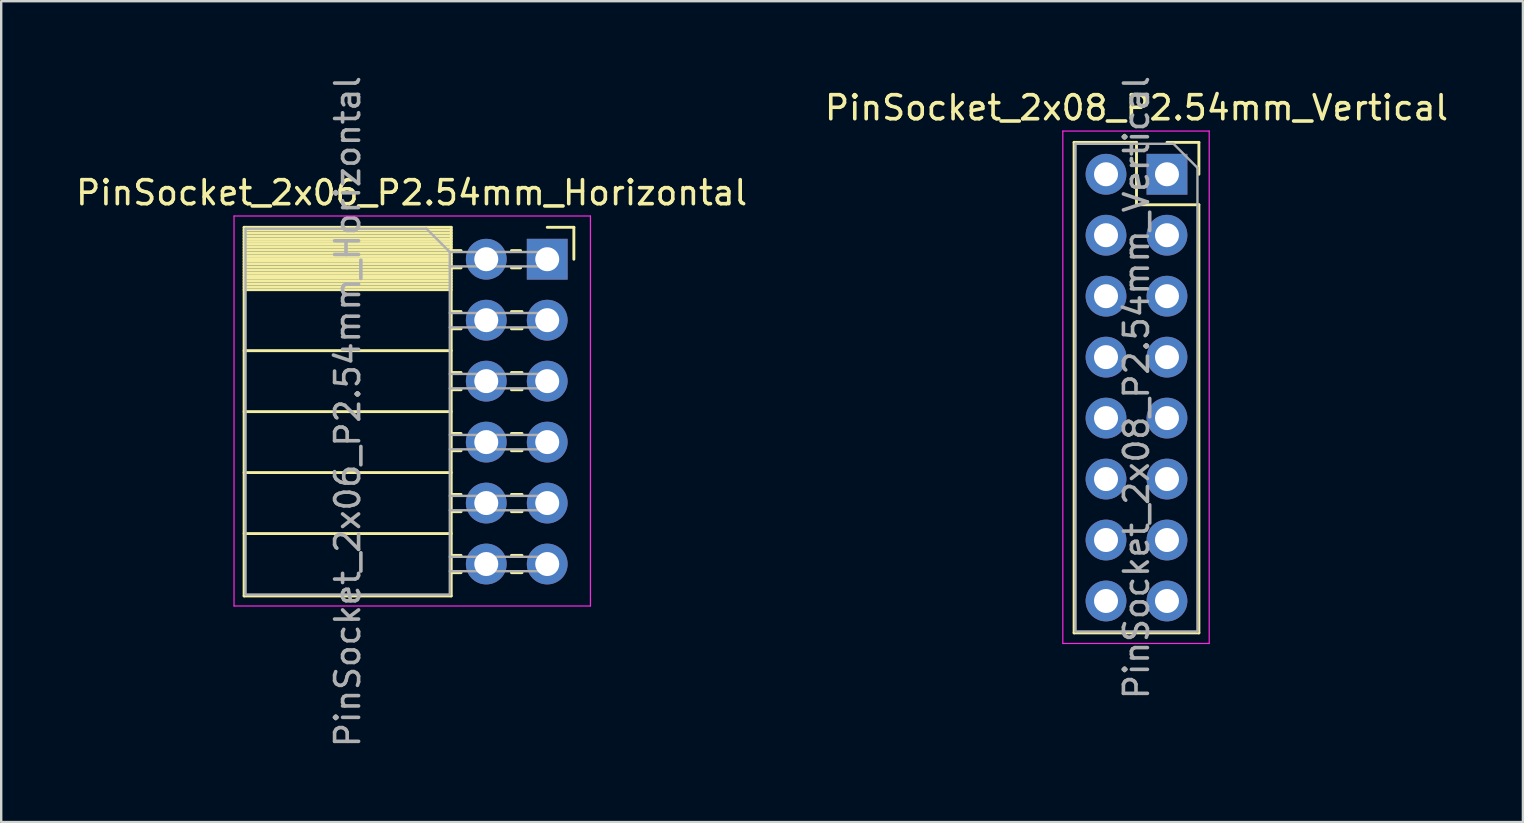
<source format=kicad_pcb>
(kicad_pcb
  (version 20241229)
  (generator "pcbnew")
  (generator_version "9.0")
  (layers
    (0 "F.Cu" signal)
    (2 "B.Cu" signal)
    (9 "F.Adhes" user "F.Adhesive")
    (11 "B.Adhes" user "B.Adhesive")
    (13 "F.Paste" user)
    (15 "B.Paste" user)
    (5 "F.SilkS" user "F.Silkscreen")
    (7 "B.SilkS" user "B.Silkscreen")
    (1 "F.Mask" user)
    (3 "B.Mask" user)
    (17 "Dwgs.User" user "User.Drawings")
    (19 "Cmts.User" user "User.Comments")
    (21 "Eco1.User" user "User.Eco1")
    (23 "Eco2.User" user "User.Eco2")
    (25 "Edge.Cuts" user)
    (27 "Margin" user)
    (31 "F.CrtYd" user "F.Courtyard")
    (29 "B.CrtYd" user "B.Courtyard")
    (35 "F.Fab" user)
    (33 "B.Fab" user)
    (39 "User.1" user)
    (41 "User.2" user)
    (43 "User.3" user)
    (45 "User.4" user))
  (footprint "PinSocket_2x08_P2.54mm_Vertical"
    (layer "F.Cu")
    (at 45.574 4.211)
    (property "Reference" "PinSocket_2x08_P2.54mm_Vertical" (at -1.27 -2.77 0) (layer "F.SilkS") (effects (font (size 1 1) (thickness 0.15))))
    (attr through_hole)
    (fp_line (start -3.87 -1.33) (end -3.87 19.11) (stroke (width 0.12) (type solid)) (layer "F.SilkS"))
    (fp_line (start -3.87 -1.33) (end -1.27 -1.33) (stroke (width 0.12) (type solid)) (layer "F.SilkS"))
    (fp_line (start -3.87 19.11) (end 1.33 19.11) (stroke (width 0.12) (type solid)) (layer "F.SilkS"))
    (fp_line (start -1.27 -1.33) (end -1.27 1.27) (stroke (width 0.12) (type solid)) (layer "F.SilkS"))
    (fp_line (start -1.27 1.27) (end 1.33 1.27) (stroke (width 0.12) (type solid)) (layer "F.SilkS"))
    (fp_line (start 0 -1.33) (end 1.33 -1.33) (stroke (width 0.12) (type solid)) (layer "F.SilkS"))
    (fp_line (start 1.33 -1.33) (end 1.33 0) (stroke (width 0.12) (type solid)) (layer "F.SilkS"))
    (fp_line (start 1.33 1.27) (end 1.33 19.11) (stroke (width 0.12) (type solid)) (layer "F.SilkS"))
    (fp_line (start -4.34 -1.8) (end 1.76 -1.8) (stroke (width 0.05) (type solid)) (layer "F.CrtYd"))
    (fp_line (start -4.34 19.55) (end -4.34 -1.8) (stroke (width 0.05) (type solid)) (layer "F.CrtYd"))
    (fp_line (start 1.76 -1.8) (end 1.76 19.55) (stroke (width 0.05) (type solid)) (layer "F.CrtYd"))
    (fp_line (start 1.76 19.55) (end -4.34 19.55) (stroke (width 0.05) (type solid)) (layer "F.CrtYd"))
    (fp_line (start -3.81 -1.27) (end 0.27 -1.27) (stroke (width 0.1) (type solid)) (layer "F.Fab"))
    (fp_line (start -3.81 19.05) (end -3.81 -1.27) (stroke (width 0.1) (type solid)) (layer "F.Fab"))
    (fp_line (start 0.27 -1.27) (end 1.27 -0.27) (stroke (width 0.1) (type solid)) (layer "F.Fab"))
    (fp_line (start 1.27 -0.27) (end 1.27 19.05) (stroke (width 0.1) (type solid)) (layer "F.Fab"))
    (fp_line (start 1.27 19.05) (end -3.81 19.05) (stroke (width 0.1) (type solid)) (layer "F.Fab"))
    (fp_text user "${REFERENCE}" (at -1.27 8.89 90) (layer "F.Fab") (effects (font (size 1 1) (thickness 0.15))))
    (pad "1" thru_hole rect (at 0 0) (size 1.7 1.7) (drill 1) (layers "*.Cu" "*.Mask"))
    (pad "2" thru_hole oval (at -2.54 0) (size 1.7 1.7) (drill 1) (layers "*.Cu" "*.Mask"))
    (pad "3" thru_hole oval (at 0 2.54) (size 1.7 1.7) (drill 1) (layers "*.Cu" "*.Mask"))
    (pad "4" thru_hole oval (at -2.54 2.54) (size 1.7 1.7) (drill 1) (layers "*.Cu" "*.Mask"))
    (pad "5" thru_hole oval (at 0 5.08) (size 1.7 1.7) (drill 1) (layers "*.Cu" "*.Mask"))
    (pad "6" thru_hole oval (at -2.54 5.08) (size 1.7 1.7) (drill 1) (layers "*.Cu" "*.Mask"))
    (pad "7" thru_hole oval (at 0 7.62) (size 1.7 1.7) (drill 1) (layers "*.Cu" "*.Mask"))
    (pad "8" thru_hole oval (at -2.54 7.62) (size 1.7 1.7) (drill 1) (layers "*.Cu" "*.Mask"))
    (pad "9" thru_hole oval (at 0 10.16) (size 1.7 1.7) (drill 1) (layers "*.Cu" "*.Mask"))
    (pad "10" thru_hole oval (at -2.54 10.16) (size 1.7 1.7) (drill 1) (layers "*.Cu" "*.Mask"))
    (pad "11" thru_hole oval (at 0 12.7) (size 1.7 1.7) (drill 1) (layers "*.Cu" "*.Mask"))
    (pad "12" thru_hole oval (at -2.54 12.7) (size 1.7 1.7) (drill 1) (layers "*.Cu" "*.Mask"))
    (pad "13" thru_hole oval (at 0 15.24) (size 1.7 1.7) (drill 1) (layers "*.Cu" "*.Mask"))
    (pad "14" thru_hole oval (at -2.54 15.24) (size 1.7 1.7) (drill 1) (layers "*.Cu" "*.Mask"))
    (pad "15" thru_hole oval (at 0 17.78) (size 1.7 1.7) (drill 1) (layers "*.Cu" "*.Mask"))
    (pad "16" thru_hole oval (at -2.54 17.78) (size 1.7 1.7) (drill 1) (layers "*.Cu" "*.Mask")))
  (footprint "PinSocket_2x06_P2.54mm_Horizontal"
    (layer "F.Cu")
    (at 19.751 7.751)
    (property "Reference" "PinSocket_2x06_P2.54mm_Horizontal" (at -5.65 -2.77 0) (layer "F.SilkS") (effects (font (size 1 1) (thickness 0.15))))
    (attr through_hole)
    (fp_line (start -12.63 -1.33) (end -12.63 14.03) (stroke (width 0.12) (type solid)) (layer "F.SilkS"))
    (fp_line (start -12.63 -1.33) (end -4 -1.33) (stroke (width 0.12) (type solid)) (layer "F.SilkS"))
    (fp_line (start -12.63 -1.21) (end -4 -1.21) (stroke (width 0.12) (type solid)) (layer "F.SilkS"))
    (fp_line (start -12.63 -1.092) (end -4 -1.092) (stroke (width 0.12) (type solid)) (layer "F.SilkS"))
    (fp_line (start -12.63 -0.974) (end -4 -0.974) (stroke (width 0.12) (type solid)) (layer "F.SilkS"))
    (fp_line (start -12.63 -0.856) (end -4 -0.856) (stroke (width 0.12) (type solid)) (layer "F.SilkS"))
    (fp_line (start -12.63 -0.738) (end -4 -0.738) (stroke (width 0.12) (type solid)) (layer "F.SilkS"))
    (fp_line (start -12.63 -0.62) (end -4 -0.62) (stroke (width 0.12) (type solid)) (layer "F.SilkS"))
    (fp_line (start -12.63 -0.501) (end -4 -0.501) (stroke (width 0.12) (type solid)) (layer "F.SilkS"))
    (fp_line (start -12.63 -0.383) (end -4 -0.383) (stroke (width 0.12) (type solid)) (layer "F.SilkS"))
    (fp_line (start -12.63 -0.265) (end -4 -0.265) (stroke (width 0.12) (type solid)) (layer "F.SilkS"))
    (fp_line (start -12.63 -0.147) (end -4 -0.147) (stroke (width 0.12) (type solid)) (layer "F.SilkS"))
    (fp_line (start -12.63 -0.029) (end -4 -0.029) (stroke (width 0.12) (type solid)) (layer "F.SilkS"))
    (fp_line (start -12.63 0.089) (end -4 0.089) (stroke (width 0.12) (type solid)) (layer "F.SilkS"))
    (fp_line (start -12.63 0.207) (end -4 0.207) (stroke (width 0.12) (type solid)) (layer "F.SilkS"))
    (fp_line (start -12.63 0.325) (end -4 0.325) (stroke (width 0.12) (type solid)) (layer "F.SilkS"))
    (fp_line (start -12.63 0.443) (end -4 0.443) (stroke (width 0.12) (type solid)) (layer "F.SilkS"))
    (fp_line (start -12.63 0.561) (end -4 0.561) (stroke (width 0.12) (type solid)) (layer "F.SilkS"))
    (fp_line (start -12.63 0.68) (end -4 0.68) (stroke (width 0.12) (type solid)) (layer "F.SilkS"))
    (fp_line (start -12.63 0.798) (end -4 0.798) (stroke (width 0.12) (type solid)) (layer "F.SilkS"))
    (fp_line (start -12.63 0.916) (end -4 0.916) (stroke (width 0.12) (type solid)) (layer "F.SilkS"))
    (fp_line (start -12.63 1.034) (end -4 1.034) (stroke (width 0.12) (type solid)) (layer "F.SilkS"))
    (fp_line (start -12.63 1.152) (end -4 1.152) (stroke (width 0.12) (type solid)) (layer "F.SilkS"))
    (fp_line (start -12.63 1.27) (end -4 1.27) (stroke (width 0.12) (type solid)) (layer "F.SilkS"))
    (fp_line (start -12.63 3.81) (end -4 3.81) (stroke (width 0.12) (type solid)) (layer "F.SilkS"))
    (fp_line (start -12.63 6.35) (end -4 6.35) (stroke (width 0.12) (type solid)) (layer "F.SilkS"))
    (fp_line (start -12.63 8.89) (end -4 8.89) (stroke (width 0.12) (type solid)) (layer "F.SilkS"))
    (fp_line (start -12.63 11.43) (end -4 11.43) (stroke (width 0.12) (type solid)) (layer "F.SilkS"))
    (fp_line (start -12.63 14.03) (end -4 14.03) (stroke (width 0.12) (type solid)) (layer "F.SilkS"))
    (fp_line (start -4 -1.33) (end -4 14.03) (stroke (width 0.12) (type solid)) (layer "F.SilkS"))
    (fp_line (start -4 -0.36) (end -3.59 -0.36) (stroke (width 0.12) (type solid)) (layer "F.SilkS"))
    (fp_line (start -4 0.36) (end -3.59 0.36) (stroke (width 0.12) (type solid)) (layer "F.SilkS"))
    (fp_line (start -4 2.18) (end -3.59 2.18) (stroke (width 0.12) (type solid)) (layer "F.SilkS"))
    (fp_line (start -4 2.9) (end -3.59 2.9) (stroke (width 0.12) (type solid)) (layer "F.SilkS"))
    (fp_line (start -4 4.72) (end -3.59 4.72) (stroke (width 0.12) (type solid)) (layer "F.SilkS"))
    (fp_line (start -4 5.44) (end -3.59 5.44) (stroke (width 0.12) (type solid)) (layer "F.SilkS"))
    (fp_line (start -4 7.26) (end -3.59 7.26) (stroke (width 0.12) (type solid)) (layer "F.SilkS"))
    (fp_line (start -4 7.98) (end -3.59 7.98) (stroke (width 0.12) (type solid)) (layer "F.SilkS"))
    (fp_line (start -4 9.8) (end -3.59 9.8) (stroke (width 0.12) (type solid)) (layer "F.SilkS"))
    (fp_line (start -4 10.52) (end -3.59 10.52) (stroke (width 0.12) (type solid)) (layer "F.SilkS"))
    (fp_line (start -4 12.34) (end -3.59 12.34) (stroke (width 0.12) (type solid)) (layer "F.SilkS"))
    (fp_line (start -4 13.06) (end -3.59 13.06) (stroke (width 0.12) (type solid)) (layer "F.SilkS"))
    (fp_line (start -1.49 -0.36) (end -1.11 -0.36) (stroke (width 0.12) (type solid)) (layer "F.SilkS"))
    (fp_line (start -1.49 0.36) (end -1.11 0.36) (stroke (width 0.12) (type solid)) (layer "F.SilkS"))
    (fp_line (start -1.49 2.18) (end -1.05 2.18) (stroke (width 0.12) (type solid)) (layer "F.SilkS"))
    (fp_line (start -1.49 2.9) (end -1.05 2.9) (stroke (width 0.12) (type solid)) (layer "F.SilkS"))
    (fp_line (start -1.49 4.72) (end -1.05 4.72) (stroke (width 0.12) (type solid)) (layer "F.SilkS"))
    (fp_line (start -1.49 5.44) (end -1.05 5.44) (stroke (width 0.12) (type solid)) (layer "F.SilkS"))
    (fp_line (start -1.49 7.26) (end -1.05 7.26) (stroke (width 0.12) (type solid)) (layer "F.SilkS"))
    (fp_line (start -1.49 7.98) (end -1.05 7.98) (stroke (width 0.12) (type solid)) (layer "F.SilkS"))
    (fp_line (start -1.49 9.8) (end -1.05 9.8) (stroke (width 0.12) (type solid)) (layer "F.SilkS"))
    (fp_line (start -1.49 10.52) (end -1.05 10.52) (stroke (width 0.12) (type solid)) (layer "F.SilkS"))
    (fp_line (start -1.49 12.34) (end -1.05 12.34) (stroke (width 0.12) (type solid)) (layer "F.SilkS"))
    (fp_line (start -1.49 13.06) (end -1.05 13.06) (stroke (width 0.12) (type solid)) (layer "F.SilkS"))
    (fp_line (start 0 -1.33) (end 1.11 -1.33) (stroke (width 0.12) (type solid)) (layer "F.SilkS"))
    (fp_line (start 1.11 -1.33) (end 1.11 0) (stroke (width 0.12) (type solid)) (layer "F.SilkS"))
    (fp_line (start -13.05 -1.8) (end -13.05 14.45) (stroke (width 0.05) (type solid)) (layer "F.CrtYd"))
    (fp_line (start -13.05 14.45) (end 1.8 14.45) (stroke (width 0.05) (type solid)) (layer "F.CrtYd"))
    (fp_line (start 1.8 -1.8) (end -13.05 -1.8) (stroke (width 0.05) (type solid)) (layer "F.CrtYd"))
    (fp_line (start 1.8 14.45) (end 1.8 -1.8) (stroke (width 0.05) (type solid)) (layer "F.CrtYd"))
    (fp_line (start -12.57 -1.27) (end -5.03 -1.27) (stroke (width 0.1) (type solid)) (layer "F.Fab"))
    (fp_line (start -12.57 13.97) (end -12.57 -1.27) (stroke (width 0.1) (type solid)) (layer "F.Fab"))
    (fp_line (start -5.03 -1.27) (end -4.06 -0.3) (stroke (width 0.1) (type solid)) (layer "F.Fab"))
    (fp_line (start -4.06 -0.3) (end -4.06 13.97) (stroke (width 0.1) (type solid)) (layer "F.Fab"))
    (fp_line (start -4.06 0.3) (end 0 0.3) (stroke (width 0.1) (type solid)) (layer "F.Fab"))
    (fp_line (start -4.06 2.84) (end 0 2.84) (stroke (width 0.1) (type solid)) (layer "F.Fab"))
    (fp_line (start -4.06 5.38) (end 0 5.38) (stroke (width 0.1) (type solid)) (layer "F.Fab"))
    (fp_line (start -4.06 7.92) (end 0 7.92) (stroke (width 0.1) (type solid)) (layer "F.Fab"))
    (fp_line (start -4.06 10.46) (end 0 10.46) (stroke (width 0.1) (type solid)) (layer "F.Fab"))
    (fp_line (start -4.06 13) (end 0 13) (stroke (width 0.1) (type solid)) (layer "F.Fab"))
    (fp_line (start -4.06 13.97) (end -12.57 13.97) (stroke (width 0.1) (type solid)) (layer "F.Fab"))
    (fp_line (start 0 -0.3) (end -4.06 -0.3) (stroke (width 0.1) (type solid)) (layer "F.Fab"))
    (fp_line (start 0 0.3) (end 0 -0.3) (stroke (width 0.1) (type solid)) (layer "F.Fab"))
    (fp_line (start 0 2.24) (end -4.06 2.24) (stroke (width 0.1) (type solid)) (layer "F.Fab"))
    (fp_line (start 0 2.84) (end 0 2.24) (stroke (width 0.1) (type solid)) (layer "F.Fab"))
    (fp_line (start 0 4.78) (end -4.06 4.78) (stroke (width 0.1) (type solid)) (layer "F.Fab"))
    (fp_line (start 0 5.38) (end 0 4.78) (stroke (width 0.1) (type solid)) (layer "F.Fab"))
    (fp_line (start 0 7.32) (end -4.06 7.32) (stroke (width 0.1) (type solid)) (layer "F.Fab"))
    (fp_line (start 0 7.92) (end 0 7.32) (stroke (width 0.1) (type solid)) (layer "F.Fab"))
    (fp_line (start 0 9.86) (end -4.06 9.86) (stroke (width 0.1) (type solid)) (layer "F.Fab"))
    (fp_line (start 0 10.46) (end 0 9.86) (stroke (width 0.1) (type solid)) (layer "F.Fab"))
    (fp_line (start 0 12.4) (end -4.06 12.4) (stroke (width 0.1) (type solid)) (layer "F.Fab"))
    (fp_line (start 0 13) (end 0 12.4) (stroke (width 0.1) (type solid)) (layer "F.Fab"))
    (fp_text user "${REFERENCE}" (at -8.315 6.35 90) (layer "F.Fab") (effects (font (size 1 1) (thickness 0.15))))
    (pad "1" thru_hole rect (at 0 0) (size 1.7 1.7) (drill 1) (layers "*.Cu" "*.Mask"))
    (pad "2" thru_hole oval (at -2.54 0) (size 1.7 1.7) (drill 1) (layers "*.Cu" "*.Mask"))
    (pad "3" thru_hole oval (at 0 2.54) (size 1.7 1.7) (drill 1) (layers "*.Cu" "*.Mask"))
    (pad "4" thru_hole oval (at -2.54 2.54) (size 1.7 1.7) (drill 1) (layers "*.Cu" "*.Mask"))
    (pad "5" thru_hole oval (at 0 5.08) (size 1.7 1.7) (drill 1) (layers "*.Cu" "*.Mask"))
    (pad "6" thru_hole oval (at -2.54 5.08) (size 1.7 1.7) (drill 1) (layers "*.Cu" "*.Mask"))
    (pad "7" thru_hole oval (at 0 7.62) (size 1.7 1.7) (drill 1) (layers "*.Cu" "*.Mask"))
    (pad "8" thru_hole oval (at -2.54 7.62) (size 1.7 1.7) (drill 1) (layers "*.Cu" "*.Mask"))
    (pad "9" thru_hole oval (at 0 10.16) (size 1.7 1.7) (drill 1) (layers "*.Cu" "*.Mask"))
    (pad "10" thru_hole oval (at -2.54 10.16) (size 1.7 1.7) (drill 1) (layers "*.Cu" "*.Mask"))
    (pad "11" thru_hole oval (at 0 12.7) (size 1.7 1.7) (drill 1) (layers "*.Cu" "*.Mask"))
    (pad "12" thru_hole oval (at -2.54 12.7) (size 1.7 1.7) (drill 1) (layers "*.Cu" "*.Mask")))
  (gr_rect
    (start -3 -3)
    (end 60.405 31.202)
    (stroke (width 0.1) (type default))
    (fill no)
    (layer "Edge.Cuts")))
</source>
